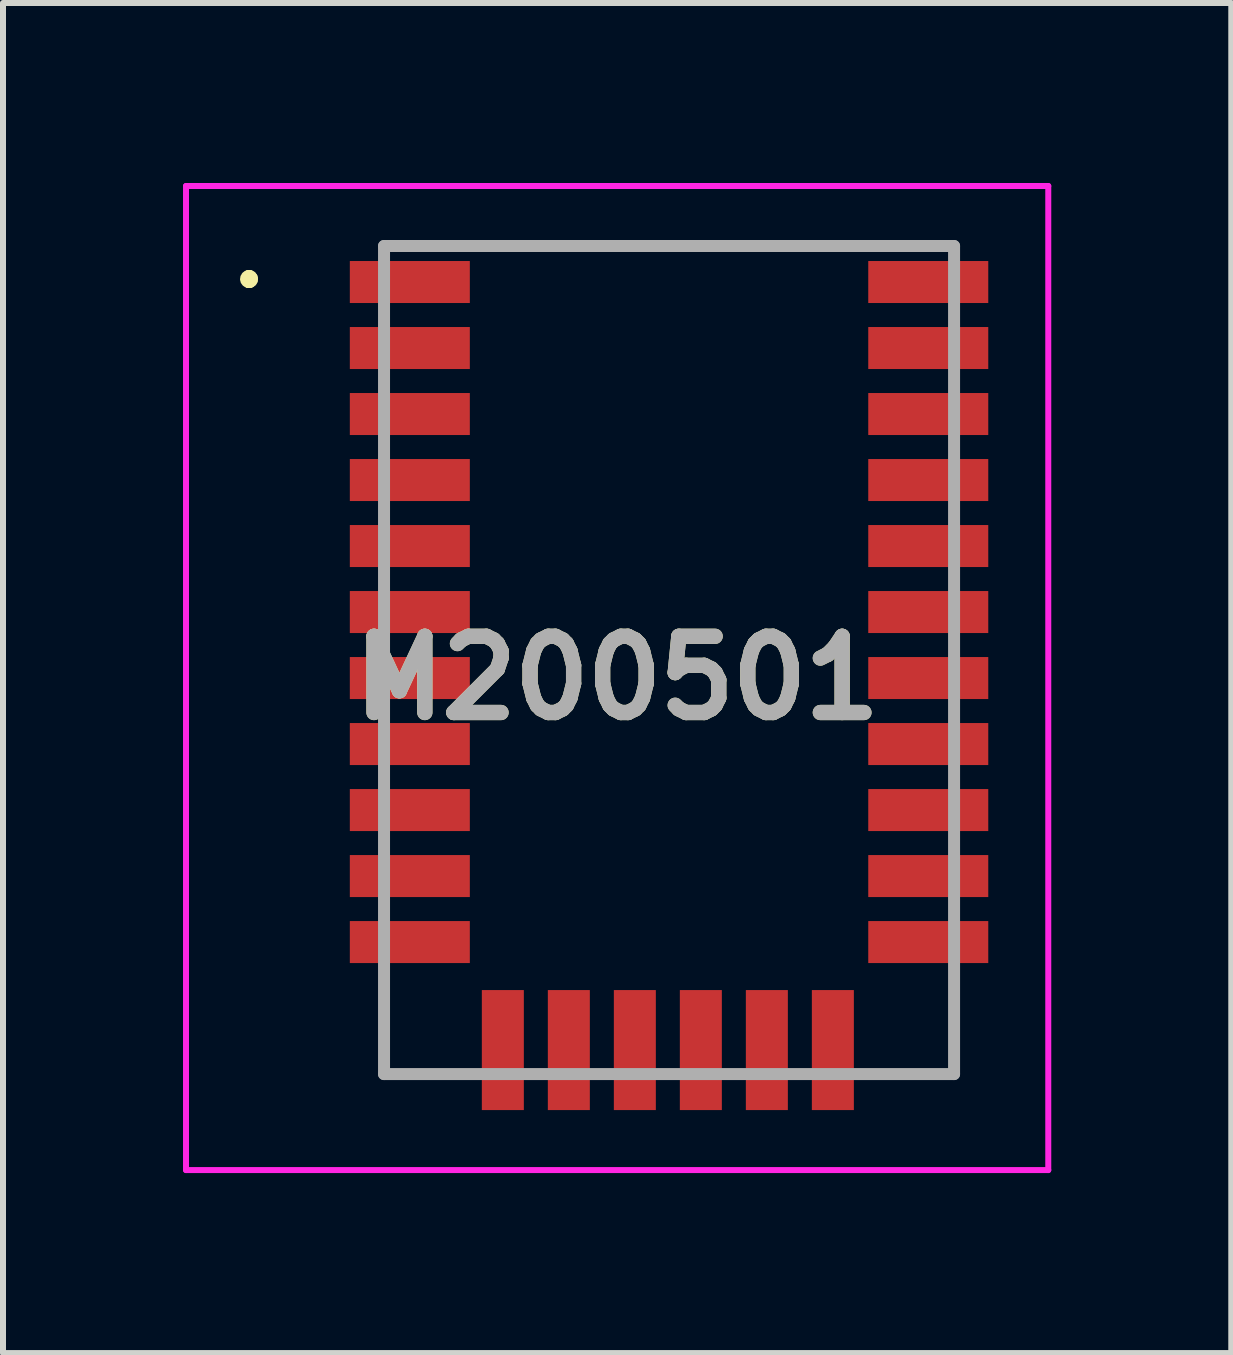
<source format=kicad_pcb>
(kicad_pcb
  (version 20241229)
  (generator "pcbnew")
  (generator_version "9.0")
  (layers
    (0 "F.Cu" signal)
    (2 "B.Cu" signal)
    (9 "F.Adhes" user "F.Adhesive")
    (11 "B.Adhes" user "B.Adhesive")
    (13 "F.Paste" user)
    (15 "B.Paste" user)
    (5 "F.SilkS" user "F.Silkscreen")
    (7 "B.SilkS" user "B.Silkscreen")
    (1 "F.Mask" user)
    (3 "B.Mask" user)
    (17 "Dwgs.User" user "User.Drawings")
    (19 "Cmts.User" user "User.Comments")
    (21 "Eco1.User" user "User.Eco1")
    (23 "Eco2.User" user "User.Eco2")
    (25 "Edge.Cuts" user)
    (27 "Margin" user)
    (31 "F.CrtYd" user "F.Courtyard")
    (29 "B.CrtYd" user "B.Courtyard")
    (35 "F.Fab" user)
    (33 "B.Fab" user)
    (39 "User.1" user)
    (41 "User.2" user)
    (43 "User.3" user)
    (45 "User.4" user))
  (footprint "M200501"
    (layer "F.Cu")
    (at 8.08 7.95)
    (property "Reference" "M200501" (at -0.845 0.3 0) (layer "F.SilkS") (effects (font (size 1.27 1.27) (thickness 0.254))))
    (attr smd)
    (fp_line (start -6.98 -6.4) (end -6.98 -6.4) (stroke (width 0.2) (type solid)) (layer "F.SilkS"))
    (fp_line (start -6.98 -6.3) (end -6.98 -6.3) (stroke (width 0.2) (type solid)) (layer "F.SilkS"))
    (fp_line (start -6.98 -6.3) (end -6.98 -6.3) (stroke (width 0.2) (type solid)) (layer "F.SilkS"))
    (fp_line (start -2.48 -6.9) (end -2.48 -6.9) (stroke (width 0.1) (type solid)) (layer "F.SilkS"))
    (fp_line (start -2.48 -6.9) (end 2.52 -6.9) (stroke (width 0.1) (type solid)) (layer "F.SilkS"))
    (fp_line (start 2.52 -6.9) (end -2.48 -6.9) (stroke (width 0.1) (type solid)) (layer "F.SilkS"))
    (fp_line (start 2.52 -6.9) (end 2.52 -6.9) (stroke (width 0.1) (type solid)) (layer "F.SilkS"))
    (fp_arc (start -6.98 -6.4) (mid -6.93 -6.35) (end -6.98 -6.3) (stroke (width 0.2) (type solid)) (layer "F.SilkS"))
    (fp_arc (start -6.98 -6.4) (mid -6.93 -6.35) (end -6.98 -6.3) (stroke (width 0.2) (type solid)) (layer "F.SilkS"))
    (fp_arc (start -6.98 -6.3) (mid -7.03 -6.35) (end -6.98 -6.4) (stroke (width 0.2) (type solid)) (layer "F.SilkS"))
    (fp_line (start -8.03 -7.9) (end 6.34 -7.9) (stroke (width 0.1) (type solid)) (layer "F.CrtYd"))
    (fp_line (start -8.03 8.5) (end -8.03 -7.9) (stroke (width 0.1) (type solid)) (layer "F.CrtYd"))
    (fp_line (start 6.34 -7.9) (end 6.34 8.5) (stroke (width 0.1) (type solid)) (layer "F.CrtYd"))
    (fp_line (start 6.34 8.5) (end -8.03 8.5) (stroke (width 0.1) (type solid)) (layer "F.CrtYd"))
    (fp_line (start -4.73 -6.9) (end -4.73 6.9) (stroke (width 0.2) (type solid)) (layer "F.Fab"))
    (fp_line (start -4.73 6.9) (end 4.77 6.9) (stroke (width 0.2) (type solid)) (layer "F.Fab"))
    (fp_line (start 4.77 -6.9) (end -4.73 -6.9) (stroke (width 0.2) (type solid)) (layer "F.Fab"))
    (fp_line (start 4.77 6.9) (end 4.77 -6.9) (stroke (width 0.2) (type solid)) (layer "F.Fab"))
    (fp_text user "${REFERENCE}" (at -0.845 0.3 0) (layer "F.Fab") (effects (font (size 1.27 1.27) (thickness 0.254))))
    (pad "1" smd rect (at -4.3 -6.3 90) (size 0.7 2) (layers "F.Cu" "F.Mask" "F.Paste"))
    (pad "2" smd rect (at -4.3 -5.2 90) (size 0.7 2) (layers "F.Cu" "F.Mask" "F.Paste"))
    (pad "3" smd rect (at -4.3 -4.1 90) (size 0.7 2) (layers "F.Cu" "F.Mask" "F.Paste"))
    (pad "4" smd rect (at -4.3 -3 90) (size 0.7 2) (layers "F.Cu" "F.Mask" "F.Paste"))
    (pad "5" smd rect (at -4.3 -1.9 90) (size 0.7 2) (layers "F.Cu" "F.Mask" "F.Paste"))
    (pad "6" smd rect (at -4.3 -0.8 90) (size 0.7 2) (layers "F.Cu" "F.Mask" "F.Paste"))
    (pad "7" smd rect (at -4.3 0.3 90) (size 0.7 2) (layers "F.Cu" "F.Mask" "F.Paste"))
    (pad "8" smd rect (at -4.3 1.4 90) (size 0.7 2) (layers "F.Cu" "F.Mask" "F.Paste"))
    (pad "9" smd rect (at -4.3 2.5 90) (size 0.7 2) (layers "F.Cu" "F.Mask" "F.Paste"))
    (pad "10" smd rect (at -4.3 3.6 90) (size 0.7 2) (layers "F.Cu" "F.Mask" "F.Paste"))
    (pad "11" smd rect (at -4.3 4.7 90) (size 0.7 2) (layers "F.Cu" "F.Mask" "F.Paste"))
    (pad "12" smd rect (at -2.75 6.5) (size 0.7 2) (layers "F.Cu" "F.Mask" "F.Paste"))
    (pad "13" smd rect (at -1.65 6.5) (size 0.7 2) (layers "F.Cu" "F.Mask" "F.Paste"))
    (pad "14" smd rect (at -0.55 6.5) (size 0.7 2) (layers "F.Cu" "F.Mask" "F.Paste"))
    (pad "15" smd rect (at 0.55 6.5) (size 0.7 2) (layers "F.Cu" "F.Mask" "F.Paste"))
    (pad "16" smd rect (at 1.65 6.5) (size 0.7 2) (layers "F.Cu" "F.Mask" "F.Paste"))
    (pad "17" smd rect (at 2.75 6.5) (size 0.7 2) (layers "F.Cu" "F.Mask" "F.Paste"))
    (pad "18" smd rect (at 4.34 4.7 90) (size 0.7 2) (layers "F.Cu" "F.Mask" "F.Paste"))
    (pad "19" smd rect (at 4.34 3.6 90) (size 0.7 2) (layers "F.Cu" "F.Mask" "F.Paste"))
    (pad "20" smd rect (at 4.34 2.5 90) (size 0.7 2) (layers "F.Cu" "F.Mask" "F.Paste"))
    (pad "21" smd rect (at 4.34 1.4 90) (size 0.7 2) (layers "F.Cu" "F.Mask" "F.Paste"))
    (pad "22" smd rect (at 4.34 0.3 90) (size 0.7 2) (layers "F.Cu" "F.Mask" "F.Paste"))
    (pad "23" smd rect (at 4.34 -0.8 90) (size 0.7 2) (layers "F.Cu" "F.Mask" "F.Paste"))
    (pad "24" smd rect (at 4.34 -1.9 90) (size 0.7 2) (layers "F.Cu" "F.Mask" "F.Paste"))
    (pad "25" smd rect (at 4.34 -3 90) (size 0.7 2) (layers "F.Cu" "F.Mask" "F.Paste"))
    (pad "26" smd rect (at 4.34 -4.1 90) (size 0.7 2) (layers "F.Cu" "F.Mask" "F.Paste"))
    (pad "27" smd rect (at 4.34 -5.2 90) (size 0.7 2) (layers "F.Cu" "F.Mask" "F.Paste"))
    (pad "28" smd rect (at 4.34 -6.3 90) (size 0.7 2) (layers "F.Cu" "F.Mask" "F.Paste")))
  (gr_rect
    (start -3 -3)
    (end 17.47 19.5)
    (stroke (width 0.1) (type default))
    (fill no)
    (layer "Edge.Cuts")))
</source>
